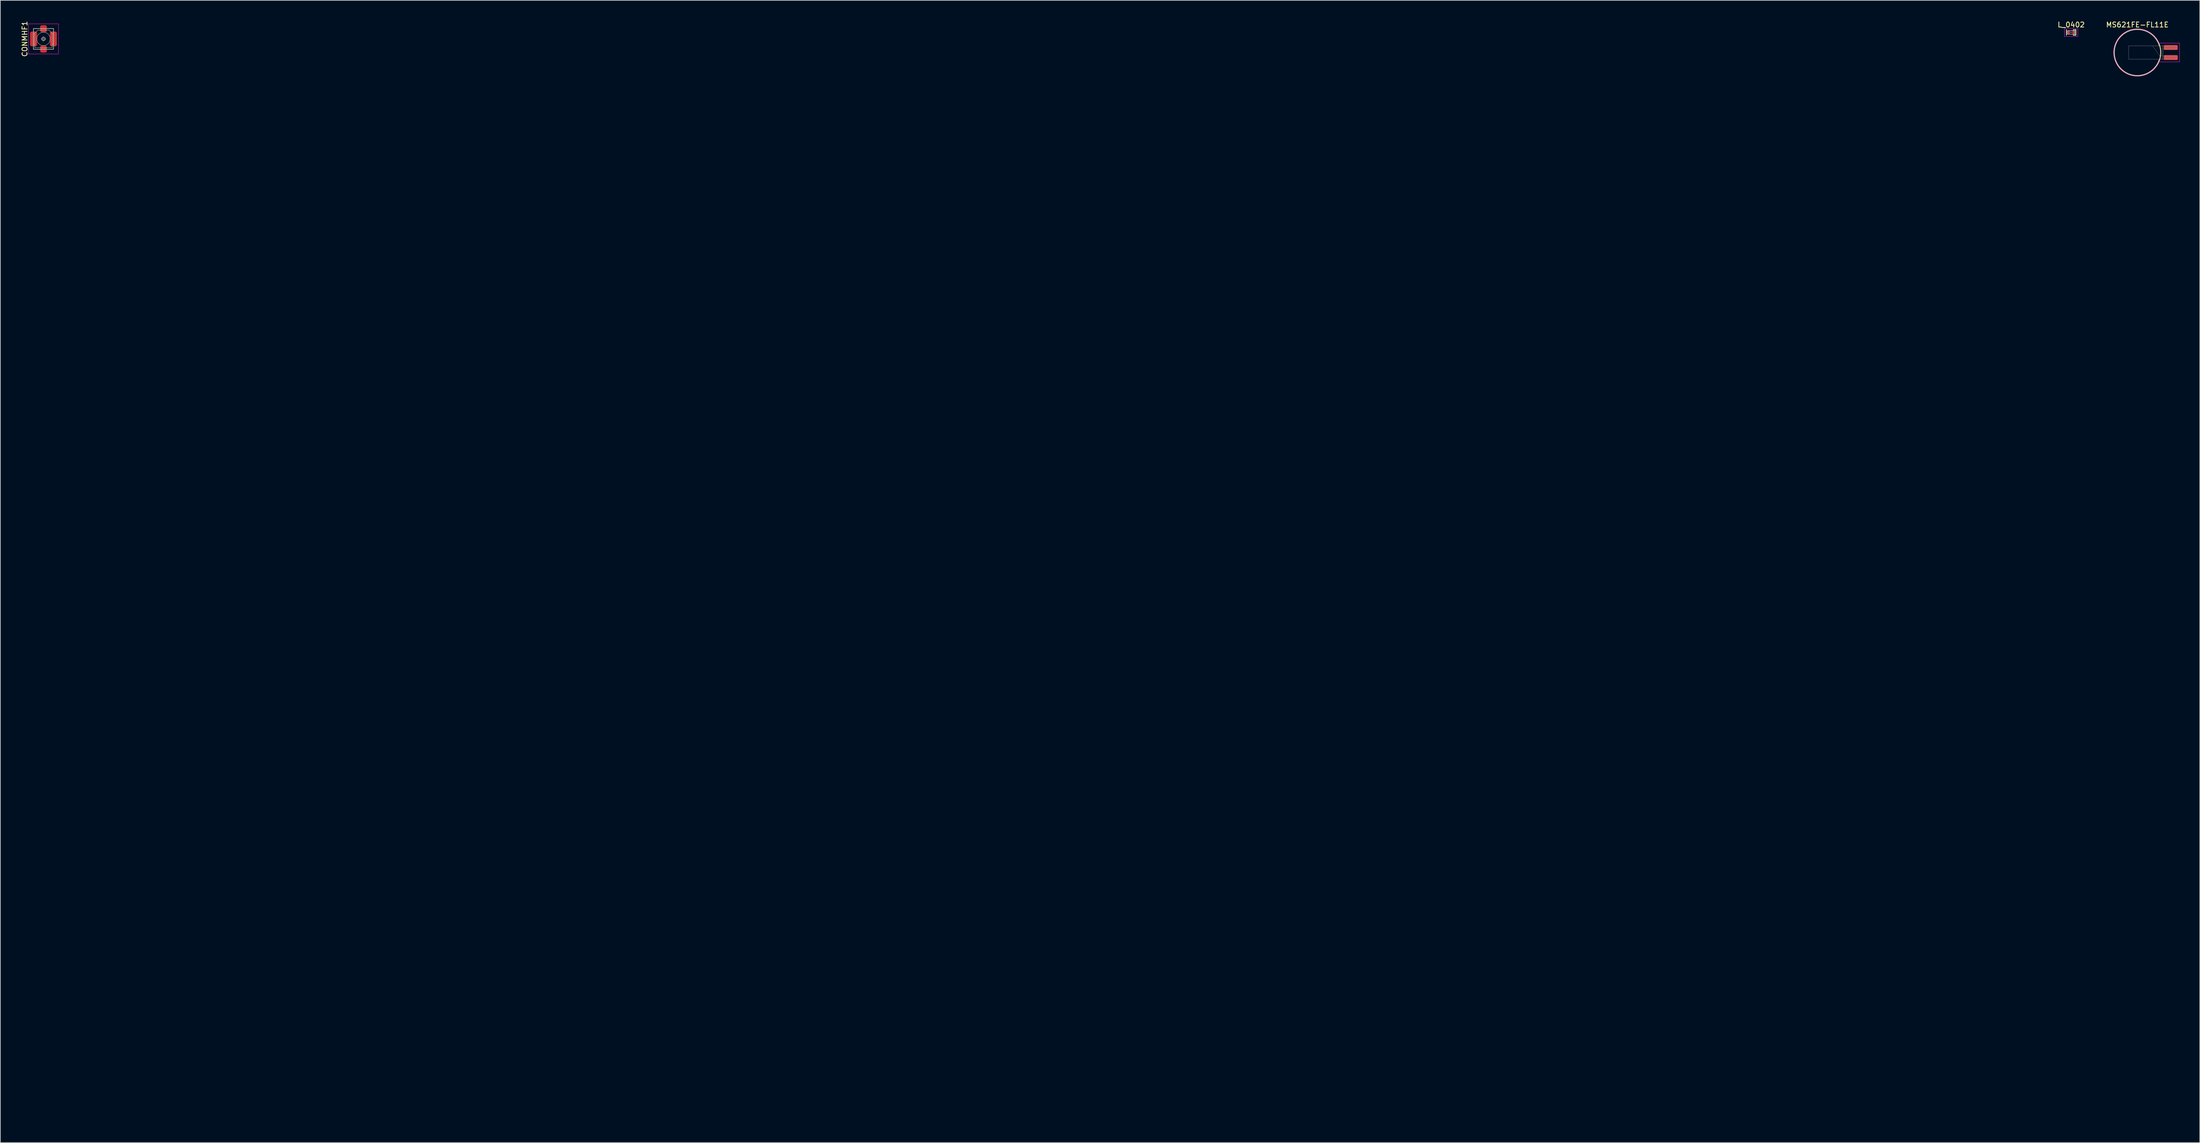
<source format=kicad_pcb>
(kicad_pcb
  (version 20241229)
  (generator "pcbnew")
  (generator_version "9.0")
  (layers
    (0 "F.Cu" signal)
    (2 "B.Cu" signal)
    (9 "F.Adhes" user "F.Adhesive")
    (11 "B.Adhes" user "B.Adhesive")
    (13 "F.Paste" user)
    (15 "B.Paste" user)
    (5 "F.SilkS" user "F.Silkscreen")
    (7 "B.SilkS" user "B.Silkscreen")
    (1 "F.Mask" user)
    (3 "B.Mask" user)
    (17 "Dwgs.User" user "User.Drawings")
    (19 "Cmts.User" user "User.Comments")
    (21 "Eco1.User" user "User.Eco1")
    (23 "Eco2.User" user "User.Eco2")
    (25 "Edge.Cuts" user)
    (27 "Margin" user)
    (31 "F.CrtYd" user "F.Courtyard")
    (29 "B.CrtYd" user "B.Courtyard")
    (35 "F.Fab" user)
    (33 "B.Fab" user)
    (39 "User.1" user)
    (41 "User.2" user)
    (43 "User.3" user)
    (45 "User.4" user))
  (footprint "CONMHF1"
    (layer "F.Cu")
    (at 3.449 2.766)
    (property "Reference" "CONMHF1" (at -2.8 0 90) (unlocked yes) (layer "F.SilkS") (effects (font (size 0.75 0.75) (thickness 0.12))))
    (attr smd)
    (fp_line (start -1.5 -0.8) (end -1.5 0.8) (stroke (width 0.025) (type default)) (layer "Dwgs.User"))
    (fp_line (start -1.5 0.8) (end -1.3 0.8) (stroke (width 0.025) (type default)) (layer "Dwgs.User"))
    (fp_line (start -1.3 -0.85) (end -0.85 -1.3) (stroke (width 0.05) (type default)) (layer "Dwgs.User"))
    (fp_line (start -1.3 -0.8) (end -1.5 -0.8) (stroke (width 0.025) (type default)) (layer "Dwgs.User"))
    (fp_line (start -1.3 1.3) (end -1.3 -0.85) (stroke (width 0.05) (type default)) (layer "Dwgs.User"))
    (fp_line (start -0.85 -1.3) (end 0.85 -1.3) (stroke (width 0.05) (type default)) (layer "Dwgs.User"))
    (fp_line (start -0.26 -1.55) (end -0.26 -1.3) (stroke (width 0.025) (type default)) (layer "Dwgs.User"))
    (fp_line (start -0.26 1.3) (end -0.26 1.55) (stroke (width 0.025) (type default)) (layer "Dwgs.User"))
    (fp_line (start -0.26 1.55) (end 0.26 1.55) (stroke (width 0.025) (type default)) (layer "Dwgs.User"))
    (fp_line (start 0.26 -1.55) (end -0.26 -1.55) (stroke (width 0.025) (type default)) (layer "Dwgs.User"))
    (fp_line (start 0.26 -1.3) (end 0.26 -1.55) (stroke (width 0.025) (type default)) (layer "Dwgs.User"))
    (fp_line (start 0.26 1.55) (end 0.26 1.3) (stroke (width 0.025) (type default)) (layer "Dwgs.User"))
    (fp_line (start 0.85 -1.3) (end 1.3 -0.85) (stroke (width 0.05) (type default)) (layer "Dwgs.User"))
    (fp_line (start 1.3 -0.85) (end 1.3 1.3) (stroke (width 0.05) (type solid)) (layer "Dwgs.User"))
    (fp_line (start 1.3 -0.8) (end 1.5 -0.8) (stroke (width 0.025) (type default)) (layer "Dwgs.User"))
    (fp_line (start 1.3 1.3) (end -1.3 1.3) (stroke (width 0.05) (type default)) (layer "Dwgs.User"))
    (fp_line (start 1.5 -0.8) (end 1.5 0.8) (stroke (width 0.025) (type default)) (layer "Dwgs.User"))
    (fp_line (start 1.5 0.8) (end 1.3 0.8) (stroke (width 0.025) (type default)) (layer "Dwgs.User"))
    (fp_circle (center 0 0) (end 0.2 0) (stroke (width 0.025) (type default)) (fill no) (layer "Dwgs.User"))
    (fp_circle (center 0 0) (end 0.3 0) (stroke (width 0.025) (type default)) (fill no) (layer "Dwgs.User"))
    (fp_circle (center 0 0) (end 1 0) (stroke (width 0.05) (type default)) (fill no) (layer "Dwgs.User"))
    (fp_rect (start -2.25 -2.25) (end 2.25 2.25) (stroke (width 0.05) (type default)) (fill no) (layer "F.CrtYd"))
    (fp_line (start 0 -0.35) (end 0 0.35) (stroke (width 0.05) (type solid)) (layer "F.Fab"))
    (fp_line (start 0.35 0) (end -0.35 0) (stroke (width 0.05) (type solid)) (layer "F.Fab"))
    (fp_rect (start -1.5 -1.55) (end 1.5 1.55) (stroke (width 0.1) (type default)) (fill no) (layer "F.Fab"))
    (fp_circle (center 0 0) (end 0.25 0) (stroke (width 0.05) (type solid)) (fill no) (layer "F.Fab"))
    (pad "1" smd roundrect (at 0 -1.525) (size 1 1.05) (layers "F.Cu" "F.Mask" "F.Paste") (roundrect_rratio 0.25))
    (pad "2" smd roundrect (at -1.475 0) (size 1.05 2.2) (layers "F.Cu" "F.Mask" "F.Paste") (roundrect_rratio 0.25))
    (pad "2" smd roundrect (at 0 1.525) (size 1 1.05) (layers "F.Cu" "F.Mask" "F.Paste") (roundrect_rratio 0.25))
    (pad "2" smd roundrect (at 1.475 0) (size 1.05 2.2) (layers "F.Cu" "F.Mask" "F.Paste") (roundrect_rratio 0.25))
    (zone (net_name "") (layer "F.Cu") (hatch edge 0.5) (connect_pads) (min_thickness 0.25) (filled_areas_thickness no) (keepout (tracks not_allowed) (vias not_allowed) (pads not_allowed) (copperpour not_allowed) (footprints allowed)) (placement (enabled no)) (fill) (polygon (pts (xy 299.499 162.766) (xy 299.499 164.766) (xy 301.399 164.766) (xy 301.399 162.766)))))
  (footprint "MS621FE-FL11E"
    (layer "F.Cu")
    (at 316.411 4.799)
    (property "Reference" "MS621FE-FL11E" (at 0 -4.15 0) (unlocked yes) (layer "F.SilkS") (effects (font (size 0.75 0.75) (thickness 0.12))))
    (attr smd)
    (fp_circle (center 0 0) (end 3.5 0) (stroke (width 0.12) (type default)) (fill no) (layer "F.SilkS"))
    (fp_line (start -1.3 -1) (end -1.3 1) (stroke (width 0.025) (type default)) (layer "Dwgs.User"))
    (fp_line (start -1.3 1) (end 3.7 1) (stroke (width 0.025) (type default)) (layer "Dwgs.User"))
    (fp_line (start 3.35 0.5) (end 2.3 -1) (stroke (width 0.025) (type dash)) (layer "Dwgs.User"))
    (fp_line (start 3.7 -1) (end -1.3 -1) (stroke (width 0.025) (type default)) (layer "Dwgs.User"))
    (fp_line (start 3.7 -1) (end 5.9 -1) (stroke (width 0.025) (type default)) (layer "Dwgs.User"))
    (fp_line (start 3.7 -0.5) (end 3.85 -0.5) (stroke (width 0.025) (type dot)) (layer "Dwgs.User"))
    (fp_line (start 3.7 1) (end 3.7 -1) (stroke (width 0.025) (type dash)) (layer "Dwgs.User"))
    (fp_line (start 3.85 -1) (end 3.85 -0.5) (stroke (width 0.025) (type default)) (layer "Dwgs.User"))
    (fp_line (start 3.85 -0.5) (end 3.85 1) (stroke (width 0.025) (type default)) (layer "Dwgs.User"))
    (fp_line (start 3.85 0.5) (end 3.35 0.5) (stroke (width 0.025) (type dash)) (layer "Dwgs.User"))
    (fp_line (start 3.85 1) (end 3.7 1) (stroke (width 0.025) (type default)) (layer "Dwgs.User"))
    (fp_line (start 4.1 -1) (end 4.1 -0.5) (stroke (width 0.025) (type default)) (layer "Dwgs.User"))
    (fp_line (start 4.1 -0.9) (end 4.2 -1) (stroke (width 0.025) (type default)) (layer "Dwgs.User"))
    (fp_line (start 4.1 -0.75) (end 4.35 -1) (stroke (width 0.025) (type default)) (layer "Dwgs.User"))
    (fp_line (start 4.1 -0.6) (end 4.5 -1) (stroke (width 0.025) (type default)) (layer "Dwgs.User"))
    (fp_line (start 4.1 0.5) (end 4.1 1) (stroke (width 0.025) (type default)) (layer "Dwgs.User"))
    (fp_line (start 4.1 0.6) (end 4.2 0.5) (stroke (width 0.025) (type default)) (layer "Dwgs.User"))
    (fp_line (start 4.1 0.75) (end 4.35 0.5) (stroke (width 0.025) (type default)) (layer "Dwgs.User"))
    (fp_line (start 4.1 0.9) (end 4.5 0.5) (stroke (width 0.025) (type default)) (layer "Dwgs.User"))
    (fp_line (start 4.15 -0.5) (end 4.65 -1) (stroke (width 0.025) (type default)) (layer "Dwgs.User"))
    (fp_line (start 4.15 1) (end 4.65 0.5) (stroke (width 0.025) (type default)) (layer "Dwgs.User"))
    (fp_line (start 4.3 -0.5) (end 4.8 -1) (stroke (width 0.025) (type default)) (layer "Dwgs.User"))
    (fp_line (start 4.3 1) (end 4.8 0.5) (stroke (width 0.025) (type default)) (layer "Dwgs.User"))
    (fp_line (start 4.45 -0.5) (end 4.95 -1) (stroke (width 0.025) (type default)) (layer "Dwgs.User"))
    (fp_line (start 4.45 1) (end 4.95 0.5) (stroke (width 0.025) (type default)) (layer "Dwgs.User"))
    (fp_line (start 4.6 -0.5) (end 5.1 -1) (stroke (width 0.025) (type default)) (layer "Dwgs.User"))
    (fp_line (start 4.6 1) (end 5.1 0.5) (stroke (width 0.025) (type default)) (layer "Dwgs.User"))
    (fp_line (start 4.9 -0.5) (end 5.4 -1) (stroke (width 0.025) (type default)) (layer "Dwgs.User"))
    (fp_line (start 4.9 1) (end 5.4 0.5) (stroke (width 0.025) (type default)) (layer "Dwgs.User"))
    (fp_line (start 5.05 -0.5) (end 5.55 -1) (stroke (width 0.025) (type default)) (layer "Dwgs.User"))
    (fp_line (start 5.05 1) (end 5.55 0.5) (stroke (width 0.025) (type default)) (layer "Dwgs.User"))
    (fp_line (start 5.2 -0.5) (end 5.7 -1) (stroke (width 0.025) (type default)) (layer "Dwgs.User"))
    (fp_line (start 5.2 1) (end 5.7 0.5) (stroke (width 0.025) (type default)) (layer "Dwgs.User"))
    (fp_line (start 5.25 -1) (end 4.75 -0.5) (stroke (width 0.025) (type default)) (layer "Dwgs.User"))
    (fp_line (start 5.25 0.5) (end 4.75 1) (stroke (width 0.025) (type default)) (layer "Dwgs.User"))
    (fp_line (start 5.35 -0.5) (end 5.85 -1) (stroke (width 0.025) (type default)) (layer "Dwgs.User"))
    (fp_line (start 5.35 1) (end 5.85 0.5) (stroke (width 0.025) (type default)) (layer "Dwgs.User"))
    (fp_line (start 5.5 -0.5) (end 5.9 -0.9) (stroke (width 0.025) (type default)) (layer "Dwgs.User"))
    (fp_line (start 5.5 1) (end 5.9 0.6) (stroke (width 0.025) (type default)) (layer "Dwgs.User"))
    (fp_line (start 5.65 -0.5) (end 5.9 -0.75) (stroke (width 0.025) (type default)) (layer "Dwgs.User"))
    (fp_line (start 5.65 1) (end 5.9 0.75) (stroke (width 0.025) (type default)) (layer "Dwgs.User"))
    (fp_line (start 5.8 -0.5) (end 5.9 -0.6) (stroke (width 0.025) (type default)) (layer "Dwgs.User"))
    (fp_line (start 5.8 1) (end 5.9 0.9) (stroke (width 0.025) (type default)) (layer "Dwgs.User"))
    (fp_line (start 5.9 -1) (end 5.9 -0.5) (stroke (width 0.025) (type default)) (layer "Dwgs.User"))
    (fp_line (start 5.9 -0.5) (end 3.85 -0.5) (stroke (width 0.025) (type default)) (layer "Dwgs.User"))
    (fp_line (start 5.9 0.5) (end 3.85 0.5) (stroke (width 0.025) (type default)) (layer "Dwgs.User"))
    (fp_line (start 5.9 1) (end 3.85 1) (stroke (width 0.025) (type default)) (layer "Dwgs.User"))
    (fp_line (start 5.9 1) (end 5.9 0.5) (stroke (width 0.025) (type default)) (layer "Dwgs.User"))
    (fp_arc (start 3.249649 -0.999892) (mid 3.362202 -0.505566) (end 3.4 0) (stroke (width 0.05) (type dot)) (layer "Dwgs.User"))
    (fp_arc (start 3.249649 0.999892) (mid -3.4 0) (end 3.249649 -0.999892) (stroke (width 0.05) (type default)) (layer "Dwgs.User"))
    (fp_arc (start 3.4 0) (mid 3.362202 0.505566) (end 3.249649 0.999892) (stroke (width 0.05) (type dot)) (layer "Dwgs.User"))
    (fp_line (start 6.31 -1.404) (end 3.26 -1.404) (stroke (width 0.05) (type default)) (layer "F.CrtYd"))
    (fp_line (start 6.31 -1.404) (end 6.31 1.404) (stroke (width 0.05) (type default)) (layer "F.CrtYd"))
    (fp_line (start 6.31 1.404) (end 3.26 1.404) (stroke (width 0.05) (type default)) (layer "F.CrtYd"))
    (fp_arc (start 3.260365 1.404465) (mid -3.55 0) (end 3.260365 -1.404465) (stroke (width 0.05) (type default)) (layer "F.CrtYd"))
    (pad "1" smd roundrect (at 5 -0.75) (size 2.125 0.75) (layers "F.Cu" "F.Mask" "F.Paste") (roundrect_rratio 0.25))
    (pad "2" smd roundrect (at 5 0.75) (size 2.125 0.75) (layers "F.Cu" "F.Mask" "F.Paste") (roundrect_rratio 0.25)))
  (footprint "L_0402"
    (layer "F.Cu")
    (at 306.522 1.799)
    (property "Reference" "L_0402" (at 0 -1.15 0) (layer "F.SilkS") (effects (font (size 0.75 0.75) (thickness 0.12))))
    (attr smd)
    (fp_line (start -0.7 0.4) (end -0.7 -0.4) (stroke (width 0.12) (type default)) (layer "F.SilkS"))
    (fp_line (start 0.31 -0.4) (end 0.7 -0.4) (stroke (width 0.12) (type solid)) (layer "F.SilkS"))
    (fp_line (start 0.31 0.41) (end 0.7 0.41) (stroke (width 0.12) (type solid)) (layer "F.SilkS"))
    (fp_line (start 0.7 0.4) (end 0.7 -0.4) (stroke (width 0.12) (type default)) (layer "F.SilkS"))
    (fp_line (start -0.5 -0.25) (end 0.5 -0.25) (stroke (width 0.025) (type solid)) (layer "Dwgs.User"))
    (fp_line (start -0.5 0.25) (end -0.5 -0.25) (stroke (width 0.025) (type solid)) (layer "Dwgs.User"))
    (fp_line (start -0.25 -0.25) (end -0.25 0.25) (stroke (width 0.025) (type solid)) (layer "Dwgs.User"))
    (fp_line (start 0.25 0.25) (end 0.25 -0.25) (stroke (width 0.025) (type solid)) (layer "Dwgs.User"))
    (fp_line (start 0.5 -0.25) (end 0.5 0.25) (stroke (width 0.025) (type solid)) (layer "Dwgs.User"))
    (fp_line (start 0.5 0.25) (end -0.5 0.25) (stroke (width 0.025) (type solid)) (layer "Dwgs.User"))
    (fp_line (start -1 -0.6) (end 1 -0.6) (stroke (width 0.05) (type solid)) (layer "F.CrtYd"))
    (fp_line (start -1 0.6) (end -1 -0.6) (stroke (width 0.05) (type solid)) (layer "F.CrtYd"))
    (fp_line (start 1 -0.6) (end 1 0.6) (stroke (width 0.05) (type solid)) (layer "F.CrtYd"))
    (fp_line (start 1 0.6) (end -1 0.6) (stroke (width 0.05) (type solid)) (layer "F.CrtYd"))
    (fp_line (start -0.525 -0.275) (end 0.525 -0.275) (stroke (width 0.075) (type solid)) (layer "F.Fab"))
    (fp_line (start -0.525 0.275) (end -0.525 -0.275) (stroke (width 0.075) (type solid)) (layer "F.Fab"))
    (fp_line (start 0 -0.15) (end 0 0.15) (stroke (width 0.025) (type solid)) (layer "F.Fab"))
    (fp_line (start 0.15 0) (end -0.15 0) (stroke (width 0.025) (type solid)) (layer "F.Fab"))
    (fp_line (start 0.525 -0.275) (end 0.525 0.275) (stroke (width 0.075) (type solid)) (layer "F.Fab"))
    (fp_line (start 0.525 0.275) (end -0.525 0.275) (stroke (width 0.075) (type solid)) (layer "F.Fab"))
    (fp_circle (center 0 0) (end 0.1 0) (stroke (width 0.025) (type solid)) (fill no) (layer "F.Fab"))
    (pad "1" smd roundrect (at -0.4 0) (size 0.4 0.5) (layers "F.Cu" "F.Mask" "F.Paste") (roundrect_rratio 0.25))
    (pad "2" smd roundrect (at 0.4 0) (size 0.4 0.5) (layers "F.Cu" "F.Mask" "F.Paste") (roundrect_rratio 0.25)))
  (gr_rect
    (start -3 -3)
    (end 325.746 167.766)
    (stroke (width 0.1) (type default))
    (fill no)
    (layer "Edge.Cuts")))
</source>
